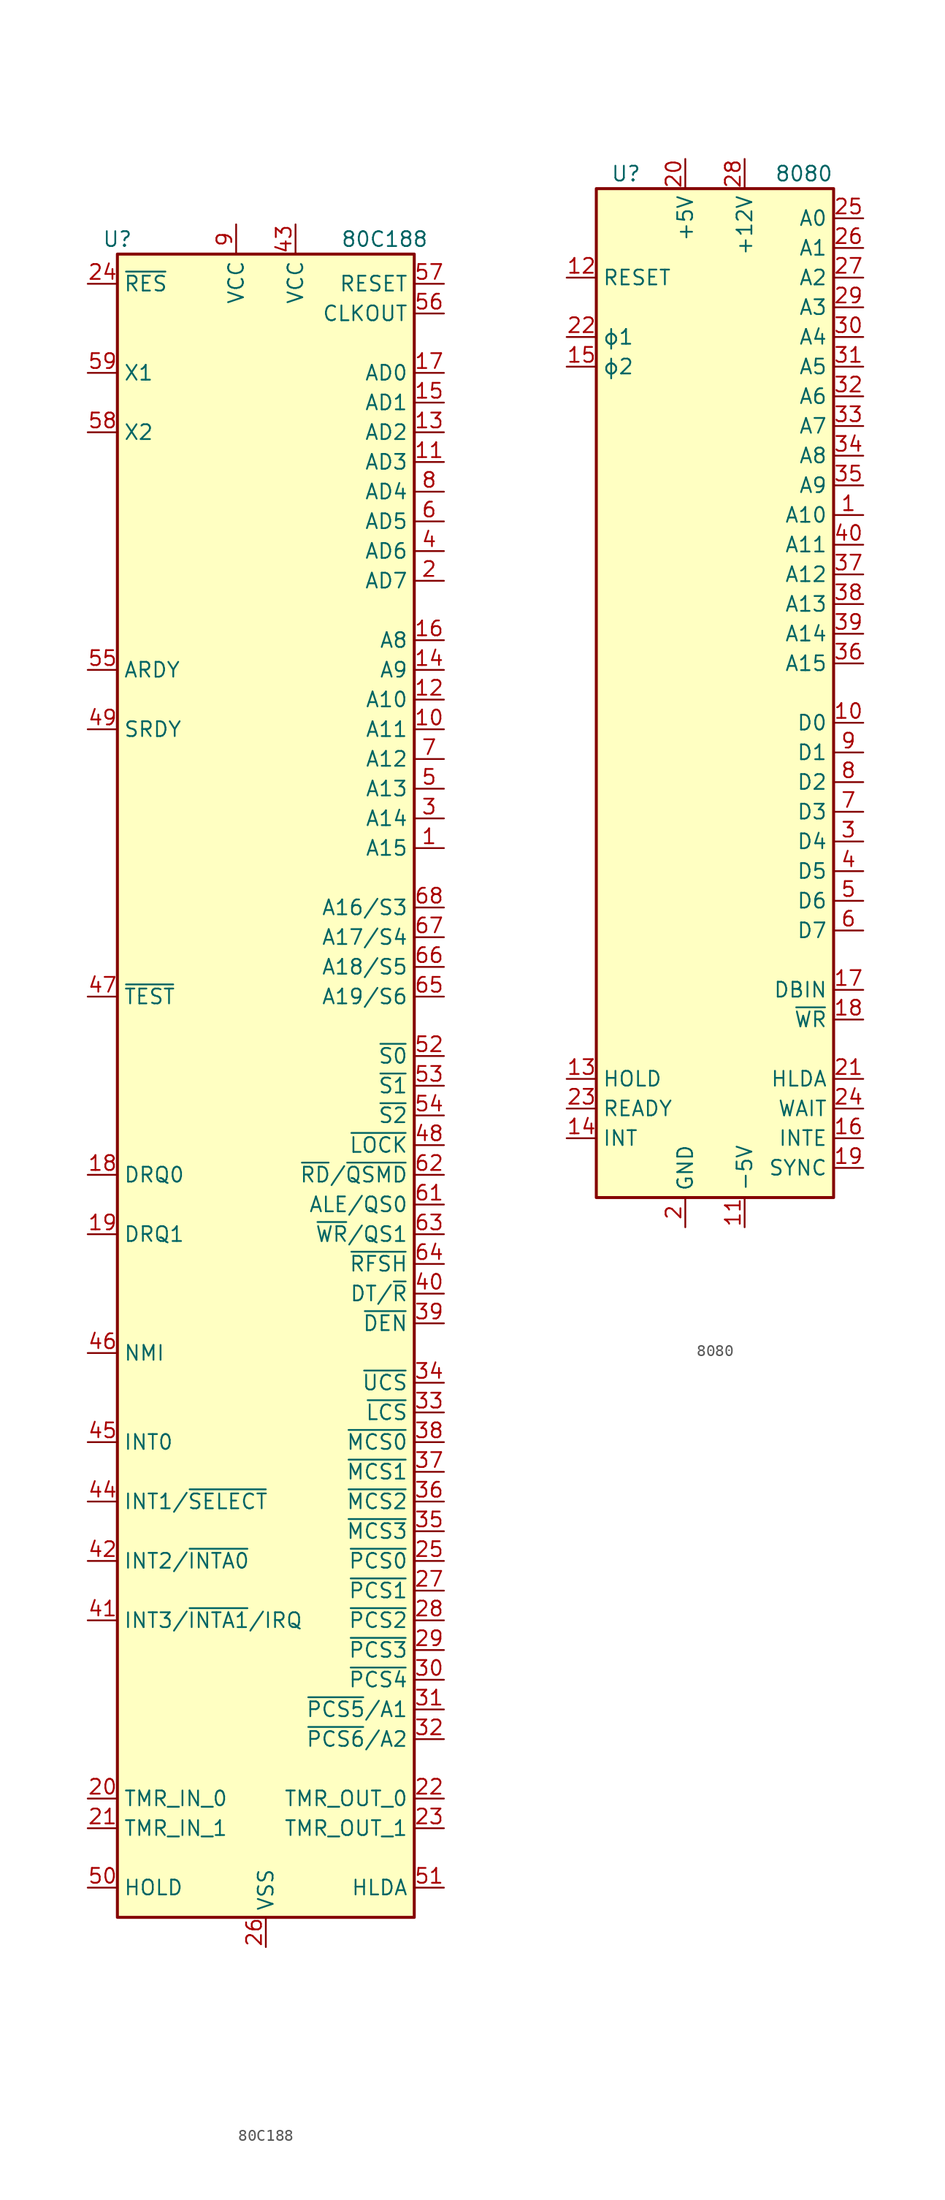
<source format=kicad_sym>
(kicad_symbol_lib
  (version 20201005)
  (generator kicad_symbol_editor)
  (symbol "80C188"
    (property "Reference" "U"
      (at -12.7 72.39 0)
      (effects (font (size 1.27 1.27))))
    (property "Value" "80C188"
      (at 10.16 72.39 0)
      (effects (font (size 1.27 1.27))))
    (symbol "80C188_0_1"
      (rectangle (start 12.7 -71.12) (end -12.7 71.12) (stroke (width 0.254)) (fill (type background))))
    (symbol "80C188_1_1"
      (pin output line (at 15.24 20.32 180) (length 2.54) (name "A15" (effects (font (size 1.27 1.27)))) (number "1" (effects (font (size 1.27 1.27)))))
      (pin output line (at 15.24 30.48 180) (length 2.54) (name "A11" (effects (font (size 1.27 1.27)))) (number "10" (effects (font (size 1.27 1.27)))))
      (pin bidirectional line (at 15.24 53.34 180) (length 2.54) (name "AD3" (effects (font (size 1.27 1.27)))) (number "11" (effects (font (size 1.27 1.27)))))
      (pin output line (at 15.24 33.02 180) (length 2.54) (name "A10" (effects (font (size 1.27 1.27)))) (number "12" (effects (font (size 1.27 1.27)))))
      (pin bidirectional line (at 15.24 55.88 180) (length 2.54) (name "AD2" (effects (font (size 1.27 1.27)))) (number "13" (effects (font (size 1.27 1.27)))))
      (pin output line (at 15.24 35.56 180) (length 2.54) (name "A9" (effects (font (size 1.27 1.27)))) (number "14" (effects (font (size 1.27 1.27)))))
      (pin bidirectional line (at 15.24 58.42 180) (length 2.54) (name "AD1" (effects (font (size 1.27 1.27)))) (number "15" (effects (font (size 1.27 1.27)))))
      (pin output line (at 15.24 38.1 180) (length 2.54) (name "A8" (effects (font (size 1.27 1.27)))) (number "16" (effects (font (size 1.27 1.27)))))
      (pin bidirectional line (at 15.24 60.96 180) (length 2.54) (name "AD0" (effects (font (size 1.27 1.27)))) (number "17" (effects (font (size 1.27 1.27)))))
      (pin input line (at -15.24 -7.62 0) (length 2.54) (name "DRQ0" (effects (font (size 1.27 1.27)))) (number "18" (effects (font (size 1.27 1.27)))))
      (pin input line (at -15.24 -12.7 0) (length 2.54) (name "DRQ1" (effects (font (size 1.27 1.27)))) (number "19" (effects (font (size 1.27 1.27)))))
      (pin bidirectional line (at 15.24 43.18 180) (length 2.54) (name "AD7" (effects (font (size 1.27 1.27)))) (number "2" (effects (font (size 1.27 1.27)))))
      (pin input line (at -15.24 -60.96 0) (length 2.54) (name "TMR_IN_0" (effects (font (size 1.27 1.27)))) (number "20" (effects (font (size 1.27 1.27)))))
      (pin input line (at -15.24 -63.5 0) (length 2.54) (name "TMR_IN_1" (effects (font (size 1.27 1.27)))) (number "21" (effects (font (size 1.27 1.27)))))
      (pin output line (at 15.24 -60.96 180) (length 2.54) (name "TMR_OUT_0" (effects (font (size 1.27 1.27)))) (number "22" (effects (font (size 1.27 1.27)))))
      (pin output line (at 15.24 -63.5 180) (length 2.54) (name "TMR_OUT_1" (effects (font (size 1.27 1.27)))) (number "23" (effects (font (size 1.27 1.27)))))
      (pin input line (at -15.24 68.58 0) (length 2.54) (name "~RES~" (effects (font (size 1.27 1.27)))) (number "24" (effects (font (size 1.27 1.27)))))
      (pin output line (at 15.24 -40.64 180) (length 2.54) (name "~PCS0~" (effects (font (size 1.27 1.27)))) (number "25" (effects (font (size 1.27 1.27)))))
      (pin power_in line (at 0 -73.66 90) (length 2.54) (name "VSS" (effects (font (size 1.27 1.27)))) (number "26" (effects (font (size 1.27 1.27)))))
      (pin output line (at 15.24 -43.18 180) (length 2.54) (name "~PCS1~" (effects (font (size 1.27 1.27)))) (number "27" (effects (font (size 1.27 1.27)))))
      (pin output line (at 15.24 -45.72 180) (length 2.54) (name "~PCS2~" (effects (font (size 1.27 1.27)))) (number "28" (effects (font (size 1.27 1.27)))))
      (pin output line (at 15.24 -48.26 180) (length 2.54) (name "~PCS3~" (effects (font (size 1.27 1.27)))) (number "29" (effects (font (size 1.27 1.27)))))
      (pin output line (at 15.24 22.86 180) (length 2.54) (name "A14" (effects (font (size 1.27 1.27)))) (number "3" (effects (font (size 1.27 1.27)))))
      (pin output line (at 15.24 -50.8 180) (length 2.54) (name "~PCS4~" (effects (font (size 1.27 1.27)))) (number "30" (effects (font (size 1.27 1.27)))))
      (pin output line (at 15.24 -53.34 180) (length 2.54) (name "~PCS5~/A1" (effects (font (size 1.27 1.27)))) (number "31" (effects (font (size 1.27 1.27)))))
      (pin output line (at 15.24 -55.88 180) (length 2.54) (name "~PCS6~/A2" (effects (font (size 1.27 1.27)))) (number "32" (effects (font (size 1.27 1.27)))))
      (pin bidirectional line (at 15.24 -27.94 180) (length 2.54) (name "~LCS~" (effects (font (size 1.27 1.27)))) (number "33" (effects (font (size 1.27 1.27)))))
      (pin bidirectional line (at 15.24 -25.4 180) (length 2.54) (name "~UCS~" (effects (font (size 1.27 1.27)))) (number "34" (effects (font (size 1.27 1.27)))))
      (pin output line (at 15.24 -38.1 180) (length 2.54) (name "~MCS3~" (effects (font (size 1.27 1.27)))) (number "35" (effects (font (size 1.27 1.27)))))
      (pin output line (at 15.24 -35.56 180) (length 2.54) (name "~MCS2~" (effects (font (size 1.27 1.27)))) (number "36" (effects (font (size 1.27 1.27)))))
      (pin output line (at 15.24 -33.02 180) (length 2.54) (name "~MCS1~" (effects (font (size 1.27 1.27)))) (number "37" (effects (font (size 1.27 1.27)))))
      (pin output line (at 15.24 -30.48 180) (length 2.54) (name "~MCS0~" (effects (font (size 1.27 1.27)))) (number "38" (effects (font (size 1.27 1.27)))))
      (pin output line (at 15.24 -20.32 180) (length 2.54) (name "~DEN~" (effects (font (size 1.27 1.27)))) (number "39" (effects (font (size 1.27 1.27)))))
      (pin bidirectional line (at 15.24 45.72 180) (length 2.54) (name "AD6" (effects (font (size 1.27 1.27)))) (number "4" (effects (font (size 1.27 1.27)))))
      (pin output line (at 15.24 -17.78 180) (length 2.54) (name "DT/~R~" (effects (font (size 1.27 1.27)))) (number "40" (effects (font (size 1.27 1.27)))))
      (pin bidirectional line (at -15.24 -45.72 0) (length 2.54) (name "INT3/~INTA1~/IRQ" (effects (font (size 1.27 1.27)))) (number "41" (effects (font (size 1.27 1.27)))))
      (pin bidirectional line (at -15.24 -40.64 0) (length 2.54) (name "INT2/~INTA0~" (effects (font (size 1.27 1.27)))) (number "42" (effects (font (size 1.27 1.27)))))
      (pin power_in line (at 2.54 73.66 270) (length 2.54) (name "VCC" (effects (font (size 1.27 1.27)))) (number "43" (effects (font (size 1.27 1.27)))))
      (pin input line (at -15.24 -35.56 0) (length 2.54) (name "INT1/~SELECT~" (effects (font (size 1.27 1.27)))) (number "44" (effects (font (size 1.27 1.27)))))
      (pin input line (at -15.24 -30.48 0) (length 2.54) (name "INT0" (effects (font (size 1.27 1.27)))) (number "45" (effects (font (size 1.27 1.27)))))
      (pin input line (at -15.24 -22.86 0) (length 2.54) (name "NMI" (effects (font (size 1.27 1.27)))) (number "46" (effects (font (size 1.27 1.27)))))
      (pin bidirectional line (at -15.24 7.62 0) (length 2.54) (name "~TEST~" (effects (font (size 1.27 1.27)))) (number "47" (effects (font (size 1.27 1.27)))))
      (pin output line (at 15.24 -5.08 180) (length 2.54) (name "~LOCK~" (effects (font (size 1.27 1.27)))) (number "48" (effects (font (size 1.27 1.27)))))
      (pin input line (at -15.24 30.48 0) (length 2.54) (name "SRDY" (effects (font (size 1.27 1.27)))) (number "49" (effects (font (size 1.27 1.27)))))
      (pin output line (at 15.24 25.4 180) (length 2.54) (name "A13" (effects (font (size 1.27 1.27)))) (number "5" (effects (font (size 1.27 1.27)))))
      (pin input line (at -15.24 -68.58 0) (length 2.54) (name "HOLD" (effects (font (size 1.27 1.27)))) (number "50" (effects (font (size 1.27 1.27)))))
      (pin output line (at 15.24 -68.58 180) (length 2.54) (name "HLDA" (effects (font (size 1.27 1.27)))) (number "51" (effects (font (size 1.27 1.27)))))
      (pin output line (at 15.24 2.54 180) (length 2.54) (name "~S0~" (effects (font (size 1.27 1.27)))) (number "52" (effects (font (size 1.27 1.27)))))
      (pin output line (at 15.24 0 180) (length 2.54) (name "~S1~" (effects (font (size 1.27 1.27)))) (number "53" (effects (font (size 1.27 1.27)))))
      (pin output line (at 15.24 -2.54 180) (length 2.54) (name "~S2~" (effects (font (size 1.27 1.27)))) (number "54" (effects (font (size 1.27 1.27)))))
      (pin input line (at -15.24 35.56 0) (length 2.54) (name "ARDY" (effects (font (size 1.27 1.27)))) (number "55" (effects (font (size 1.27 1.27)))))
      (pin output line (at 15.24 66.04 180) (length 2.54) (name "CLKOUT" (effects (font (size 1.27 1.27)))) (number "56" (effects (font (size 1.27 1.27)))))
      (pin output line (at 15.24 68.58 180) (length 2.54) (name "RESET" (effects (font (size 1.27 1.27)))) (number "57" (effects (font (size 1.27 1.27)))))
      (pin output line (at -15.24 55.88 0) (length 2.54) (name "X2" (effects (font (size 1.27 1.27)))) (number "58" (effects (font (size 1.27 1.27)))))
      (pin input line (at -15.24 60.96 0) (length 2.54) (name "X1" (effects (font (size 1.27 1.27)))) (number "59" (effects (font (size 1.27 1.27)))))
      (pin bidirectional line (at 15.24 48.26 180) (length 2.54) (name "AD5" (effects (font (size 1.27 1.27)))) (number "6" (effects (font (size 1.27 1.27)))))
      (pin passive line (at 0 -73.66 90) (length 2.54) hide (name "VSS" (effects (font (size 1.27 1.27)))) (number "60" (effects (font (size 1.27 1.27)))))
      (pin output line (at 15.24 -10.16 180) (length 2.54) (name "ALE/QS0" (effects (font (size 1.27 1.27)))) (number "61" (effects (font (size 1.27 1.27)))))
      (pin bidirectional line (at 15.24 -7.62 180) (length 2.54) (name "~RD~/~QSMD~" (effects (font (size 1.27 1.27)))) (number "62" (effects (font (size 1.27 1.27)))))
      (pin output line (at 15.24 -12.7 180) (length 2.54) (name "~WR~/QS1" (effects (font (size 1.27 1.27)))) (number "63" (effects (font (size 1.27 1.27)))))
      (pin output line (at 15.24 -15.24 180) (length 2.54) (name "~RFSH~" (effects (font (size 1.27 1.27)))) (number "64" (effects (font (size 1.27 1.27)))))
      (pin output line (at 15.24 7.62 180) (length 2.54) (name "A19/S6" (effects (font (size 1.27 1.27)))) (number "65" (effects (font (size 1.27 1.27)))))
      (pin output line (at 15.24 10.16 180) (length 2.54) (name "A18/S5" (effects (font (size 1.27 1.27)))) (number "66" (effects (font (size 1.27 1.27)))))
      (pin output line (at 15.24 12.7 180) (length 2.54) (name "A17/S4" (effects (font (size 1.27 1.27)))) (number "67" (effects (font (size 1.27 1.27)))))
      (pin output line (at 15.24 15.24 180) (length 2.54) (name "A16/S3" (effects (font (size 1.27 1.27)))) (number "68" (effects (font (size 1.27 1.27)))))
      (pin output line (at 15.24 27.94 180) (length 2.54) (name "A12" (effects (font (size 1.27 1.27)))) (number "7" (effects (font (size 1.27 1.27)))))
      (pin bidirectional line (at 15.24 50.8 180) (length 2.54) (name "AD4" (effects (font (size 1.27 1.27)))) (number "8" (effects (font (size 1.27 1.27)))))
      (pin power_in line (at -2.54 73.66 270) (length 2.54) (name "VCC" (effects (font (size 1.27 1.27)))) (number "9" (effects (font (size 1.27 1.27)))))))
  (symbol "8080"
    (property "Reference" "U"
      (at -7.62 44.45 0)
      (effects (font (size 1.27 1.27))))
    (property "Value" "8080"
      (at 7.62 44.45 0)
      (effects (font (size 1.27 1.27))))
    (symbol "8080_0_1"
      (rectangle (start -10.16 43.18) (end 10.16 -43.18) (stroke (width 0.254)) (fill (type background))))
    (symbol "8080_1_1"
      (pin output line (at 12.7 15.24 180) (length 2.54) (name "A10" (effects (font (size 1.27 1.27)))) (number "1" (effects (font (size 1.27 1.27)))))
      (pin bidirectional line (at 12.7 -2.54 180) (length 2.54) (name "D0" (effects (font (size 1.27 1.27)))) (number "10" (effects (font (size 1.27 1.27)))))
      (pin power_in line (at 2.54 -45.72 90) (length 2.54) (name "-5V" (effects (font (size 1.27 1.27)))) (number "11" (effects (font (size 1.27 1.27)))))
      (pin input line (at -12.7 35.56 0) (length 2.54) (name "RESET" (effects (font (size 1.27 1.27)))) (number "12" (effects (font (size 1.27 1.27)))))
      (pin input line (at -12.7 -33.02 0) (length 2.54) (name "HOLD" (effects (font (size 1.27 1.27)))) (number "13" (effects (font (size 1.27 1.27)))))
      (pin input line (at -12.7 -38.1 0) (length 2.54) (name "INT" (effects (font (size 1.27 1.27)))) (number "14" (effects (font (size 1.27 1.27)))))
      (pin input line (at -12.7 27.94 0) (length 2.54) (name "ϕ2" (effects (font (size 1.27 1.27)))) (number "15" (effects (font (size 1.27 1.27)))))
      (pin output line (at 12.7 -38.1 180) (length 2.54) (name "INTE" (effects (font (size 1.27 1.27)))) (number "16" (effects (font (size 1.27 1.27)))))
      (pin output line (at 12.7 -25.4 180) (length 2.54) (name "DBIN" (effects (font (size 1.27 1.27)))) (number "17" (effects (font (size 1.27 1.27)))))
      (pin output line (at 12.7 -27.94 180) (length 2.54) (name "~WR~" (effects (font (size 1.27 1.27)))) (number "18" (effects (font (size 1.27 1.27)))))
      (pin output line (at 12.7 -40.64 180) (length 2.54) (name "SYNC" (effects (font (size 1.27 1.27)))) (number "19" (effects (font (size 1.27 1.27)))))
      (pin power_in line (at -2.54 -45.72 90) (length 2.54) (name "GND" (effects (font (size 1.27 1.27)))) (number "2" (effects (font (size 1.27 1.27)))))
      (pin power_in line (at -2.54 45.72 270) (length 2.54) (name "+5V" (effects (font (size 1.27 1.27)))) (number "20" (effects (font (size 1.27 1.27)))))
      (pin output line (at 12.7 -33.02 180) (length 2.54) (name "HLDA" (effects (font (size 1.27 1.27)))) (number "21" (effects (font (size 1.27 1.27)))))
      (pin input line (at -12.7 30.48 0) (length 2.54) (name "ϕ1" (effects (font (size 1.27 1.27)))) (number "22" (effects (font (size 1.27 1.27)))))
      (pin input line (at -12.7 -35.56 0) (length 2.54) (name "READY" (effects (font (size 1.27 1.27)))) (number "23" (effects (font (size 1.27 1.27)))))
      (pin output line (at 12.7 -35.56 180) (length 2.54) (name "WAIT" (effects (font (size 1.27 1.27)))) (number "24" (effects (font (size 1.27 1.27)))))
      (pin output line (at 12.7 40.64 180) (length 2.54) (name "A0" (effects (font (size 1.27 1.27)))) (number "25" (effects (font (size 1.27 1.27)))))
      (pin output line (at 12.7 38.1 180) (length 2.54) (name "A1" (effects (font (size 1.27 1.27)))) (number "26" (effects (font (size 1.27 1.27)))))
      (pin output line (at 12.7 35.56 180) (length 2.54) (name "A2" (effects (font (size 1.27 1.27)))) (number "27" (effects (font (size 1.27 1.27)))))
      (pin power_in line (at 2.54 45.72 270) (length 2.54) (name "+12V" (effects (font (size 1.27 1.27)))) (number "28" (effects (font (size 1.27 1.27)))))
      (pin output line (at 12.7 33.02 180) (length 2.54) (name "A3" (effects (font (size 1.27 1.27)))) (number "29" (effects (font (size 1.27 1.27)))))
      (pin bidirectional line (at 12.7 -12.7 180) (length 2.54) (name "D4" (effects (font (size 1.27 1.27)))) (number "3" (effects (font (size 1.27 1.27)))))
      (pin output line (at 12.7 30.48 180) (length 2.54) (name "A4" (effects (font (size 1.27 1.27)))) (number "30" (effects (font (size 1.27 1.27)))))
      (pin output line (at 12.7 27.94 180) (length 2.54) (name "A5" (effects (font (size 1.27 1.27)))) (number "31" (effects (font (size 1.27 1.27)))))
      (pin output line (at 12.7 25.4 180) (length 2.54) (name "A6" (effects (font (size 1.27 1.27)))) (number "32" (effects (font (size 1.27 1.27)))))
      (pin output line (at 12.7 22.86 180) (length 2.54) (name "A7" (effects (font (size 1.27 1.27)))) (number "33" (effects (font (size 1.27 1.27)))))
      (pin output line (at 12.7 20.32 180) (length 2.54) (name "A8" (effects (font (size 1.27 1.27)))) (number "34" (effects (font (size 1.27 1.27)))))
      (pin output line (at 12.7 17.78 180) (length 2.54) (name "A9" (effects (font (size 1.27 1.27)))) (number "35" (effects (font (size 1.27 1.27)))))
      (pin output line (at 12.7 2.54 180) (length 2.54) (name "A15" (effects (font (size 1.27 1.27)))) (number "36" (effects (font (size 1.27 1.27)))))
      (pin output line (at 12.7 10.16 180) (length 2.54) (name "A12" (effects (font (size 1.27 1.27)))) (number "37" (effects (font (size 1.27 1.27)))))
      (pin output line (at 12.7 7.62 180) (length 2.54) (name "A13" (effects (font (size 1.27 1.27)))) (number "38" (effects (font (size 1.27 1.27)))))
      (pin output line (at 12.7 5.08 180) (length 2.54) (name "A14" (effects (font (size 1.27 1.27)))) (number "39" (effects (font (size 1.27 1.27)))))
      (pin bidirectional line (at 12.7 -15.24 180) (length 2.54) (name "D5" (effects (font (size 1.27 1.27)))) (number "4" (effects (font (size 1.27 1.27)))))
      (pin output line (at 12.7 12.7 180) (length 2.54) (name "A11" (effects (font (size 1.27 1.27)))) (number "40" (effects (font (size 1.27 1.27)))))
      (pin bidirectional line (at 12.7 -17.78 180) (length 2.54) (name "D6" (effects (font (size 1.27 1.27)))) (number "5" (effects (font (size 1.27 1.27)))))
      (pin bidirectional line (at 12.7 -20.32 180) (length 2.54) (name "D7" (effects (font (size 1.27 1.27)))) (number "6" (effects (font (size 1.27 1.27)))))
      (pin bidirectional line (at 12.7 -10.16 180) (length 2.54) (name "D3" (effects (font (size 1.27 1.27)))) (number "7" (effects (font (size 1.27 1.27)))))
      (pin bidirectional line (at 12.7 -7.62 180) (length 2.54) (name "D2" (effects (font (size 1.27 1.27)))) (number "8" (effects (font (size 1.27 1.27)))))
      (pin bidirectional line (at 12.7 -5.08 180) (length 2.54) (name "D1" (effects (font (size 1.27 1.27)))) (number "9" (effects (font (size 1.27 1.27))))))))
</source>
